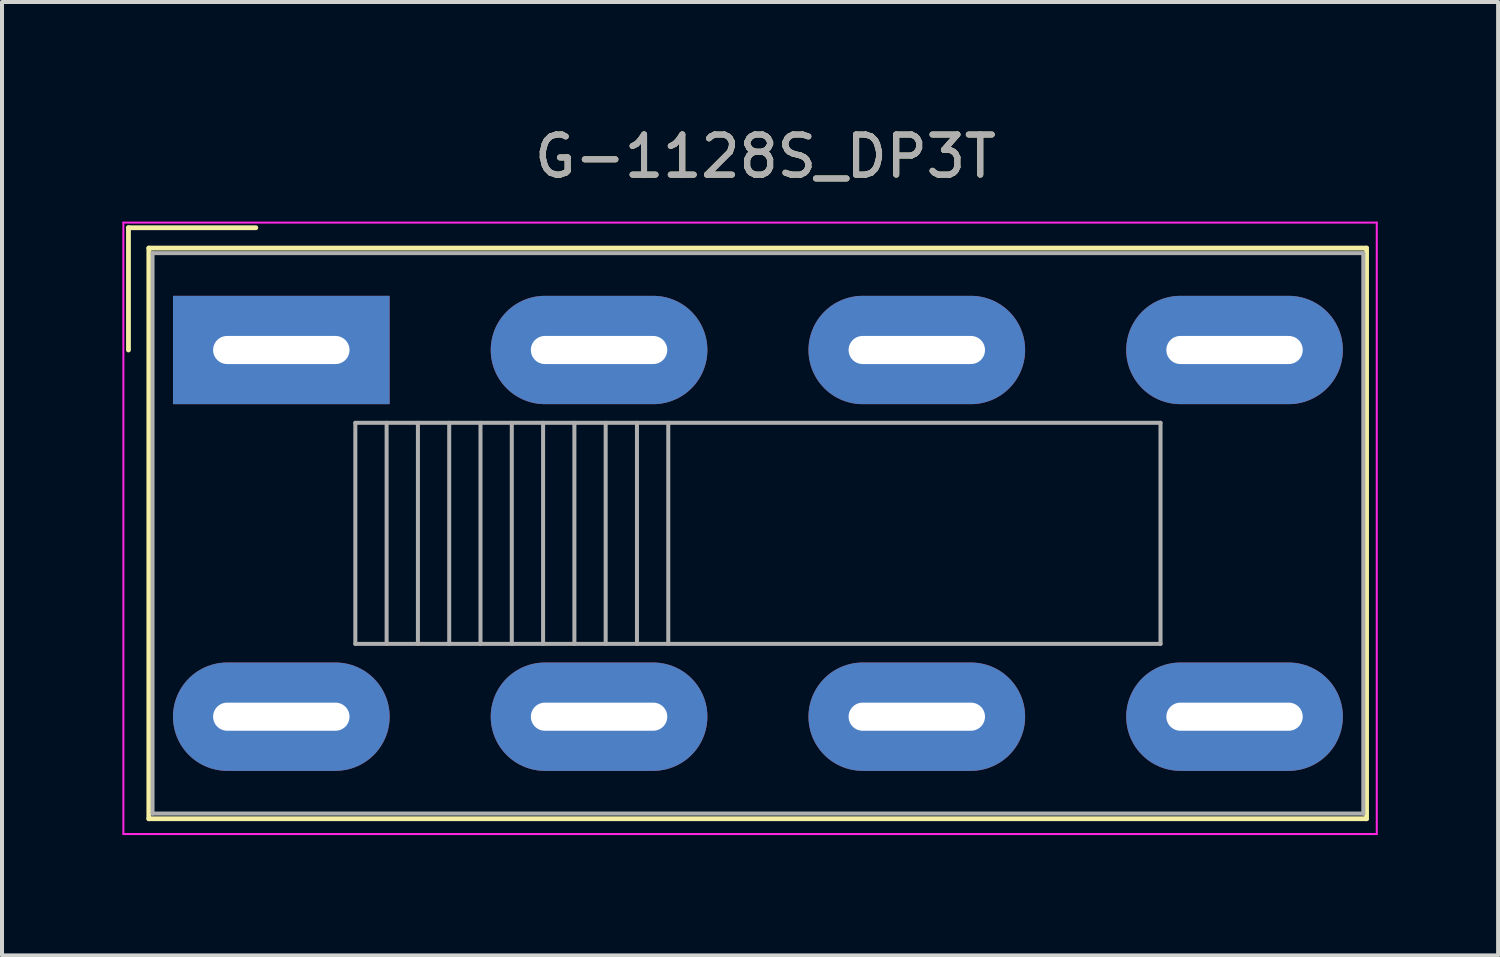
<source format=kicad_pcb>
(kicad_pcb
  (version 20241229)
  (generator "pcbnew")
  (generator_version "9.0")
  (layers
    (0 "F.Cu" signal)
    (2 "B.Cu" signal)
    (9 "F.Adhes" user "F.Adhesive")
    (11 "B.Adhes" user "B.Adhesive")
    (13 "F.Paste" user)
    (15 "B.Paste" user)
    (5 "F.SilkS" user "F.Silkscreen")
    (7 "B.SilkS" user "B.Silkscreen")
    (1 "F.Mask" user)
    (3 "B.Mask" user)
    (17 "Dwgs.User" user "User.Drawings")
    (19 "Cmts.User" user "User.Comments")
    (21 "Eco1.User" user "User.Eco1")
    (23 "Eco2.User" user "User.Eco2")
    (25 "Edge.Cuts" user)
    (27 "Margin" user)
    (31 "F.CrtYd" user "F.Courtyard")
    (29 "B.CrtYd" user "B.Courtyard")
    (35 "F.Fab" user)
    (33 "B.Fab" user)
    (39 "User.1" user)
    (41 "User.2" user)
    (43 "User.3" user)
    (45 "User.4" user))
  (footprint "G-1128S_DP3T"
    (layer "F.Cu")
    (at 3.962 5.674)
    (property "Reference" "G-1128S_DP3T" (at 12.065 -4.826 0) (layer "F.SilkS") (effects (font (size 1 1) (thickness 0.15))))
    (attr through_hole)
    (fp_line (start -3.81 -3.048) (end -0.635 -3.048) (stroke (width 0.12) (type solid)) (layer "F.SilkS"))
    (fp_line (start -3.81 0) (end -3.81 -3.048) (stroke (width 0.12) (type solid)) (layer "F.SilkS"))
    (fp_line (start -3.302 -2.54) (end 27.051 -2.54) (stroke (width 0.12) (type solid)) (layer "F.SilkS"))
    (fp_line (start -3.302 11.684) (end -3.302 -2.54) (stroke (width 0.12) (type solid)) (layer "F.SilkS"))
    (fp_line (start 27.051 -2.54) (end 27.051 11.684) (stroke (width 0.12) (type solid)) (layer "F.SilkS"))
    (fp_line (start 27.051 11.684) (end -3.302 11.684) (stroke (width 0.12) (type solid)) (layer "F.SilkS"))
    (fp_line (start -3.937 -3.175) (end 27.305 -3.175) (stroke (width 0.05) (type solid)) (layer "F.CrtYd"))
    (fp_line (start -3.937 12.065) (end -3.937 -3.175) (stroke (width 0.05) (type solid)) (layer "F.CrtYd"))
    (fp_line (start 27.305 -3.175) (end 27.305 12.065) (stroke (width 0.05) (type solid)) (layer "F.CrtYd"))
    (fp_line (start 27.305 12.065) (end -3.937 12.065) (stroke (width 0.05) (type solid)) (layer "F.CrtYd"))
    (fp_line (start -3.21 -2.415) (end -3.21 11.555) (stroke (width 0.1) (type solid)) (layer "F.Fab"))
    (fp_line (start -3.21 -2.415) (end 26.97 -2.415) (stroke (width 0.1) (type solid)) (layer "F.Fab"))
    (fp_line (start 1.845 1.815) (end 1.845 7.325) (stroke (width 0.1) (type solid)) (layer "F.Fab"))
    (fp_line (start 1.845 1.815) (end 21.915 1.815) (stroke (width 0.1) (type solid)) (layer "F.Fab"))
    (fp_line (start 1.845 7.325) (end 21.915 7.325) (stroke (width 0.1) (type solid)) (layer "F.Fab"))
    (fp_line (start 2.625 1.815) (end 2.625 7.325) (stroke (width 0.1) (type solid)) (layer "F.Fab"))
    (fp_line (start 3.405 1.815) (end 3.405 7.325) (stroke (width 0.1) (type solid)) (layer "F.Fab"))
    (fp_line (start 4.185 1.815) (end 4.185 7.325) (stroke (width 0.1) (type solid)) (layer "F.Fab"))
    (fp_line (start 4.965 1.815) (end 4.965 7.325) (stroke (width 0.1) (type solid)) (layer "F.Fab"))
    (fp_line (start 5.745 1.815) (end 5.745 7.325) (stroke (width 0.1) (type solid)) (layer "F.Fab"))
    (fp_line (start 6.525 1.815) (end 6.525 7.325) (stroke (width 0.1) (type solid)) (layer "F.Fab"))
    (fp_line (start 7.305 1.815) (end 7.305 7.325) (stroke (width 0.1) (type solid)) (layer "F.Fab"))
    (fp_line (start 8.085 1.815) (end 8.085 7.325) (stroke (width 0.1) (type solid)) (layer "F.Fab"))
    (fp_line (start 8.865 1.815) (end 8.865 7.325) (stroke (width 0.1) (type solid)) (layer "F.Fab"))
    (fp_line (start 9.645 1.815) (end 9.645 7.325) (stroke (width 0.1) (type solid)) (layer "F.Fab"))
    (fp_line (start 21.915 1.815) (end 21.915 7.325) (stroke (width 0.1) (type solid)) (layer "F.Fab"))
    (fp_line (start 26.97 -2.415) (end 26.97 11.555) (stroke (width 0.1) (type solid)) (layer "F.Fab"))
    (fp_line (start 26.97 11.555) (end -3.21 11.555) (stroke (width 0.1) (type solid)) (layer "F.Fab"))
    (fp_text user "${REFERENCE}" (at 12.065 -4.826 0) (layer "F.Fab") (effects (font (size 1 1) (thickness 0.15))))
    (pad "1" thru_hole rect (at 0 0) (size 5.4 2.7) (drill oval 3.4 0.7) (layers "*.Cu" "*.Mask"))
    (pad "2" thru_hole oval (at 7.92 0) (size 5.4 2.7) (drill oval 3.4 0.7) (layers "*.Cu" "*.Mask"))
    (pad "3" thru_hole oval (at 15.84 0) (size 5.4 2.7) (drill oval 3.4 0.7) (layers "*.Cu" "*.Mask"))
    (pad "4" thru_hole oval (at 23.76 0) (size 5.4 2.7) (drill oval 3.4 0.7) (layers "*.Cu" "*.Mask"))
    (pad "5" thru_hole oval (at 0 9.14) (size 5.4 2.7) (drill oval 3.4 0.7) (layers "*.Cu" "*.Mask"))
    (pad "6" thru_hole oval (at 7.92 9.14) (size 5.4 2.7) (drill oval 3.4 0.7) (layers "*.Cu" "*.Mask"))
    (pad "7" thru_hole oval (at 15.84 9.14) (size 5.4 2.7) (drill oval 3.4 0.7) (layers "*.Cu" "*.Mask"))
    (pad "8" thru_hole oval (at 23.76 9.14) (size 5.4 2.7) (drill oval 3.4 0.7) (layers "*.Cu" "*.Mask")))
  (gr_rect
    (start -3 -3)
    (end 34.292 20.764)
    (stroke (width 0.1) (type default))
    (fill no)
    (layer "Edge.Cuts")))
</source>
